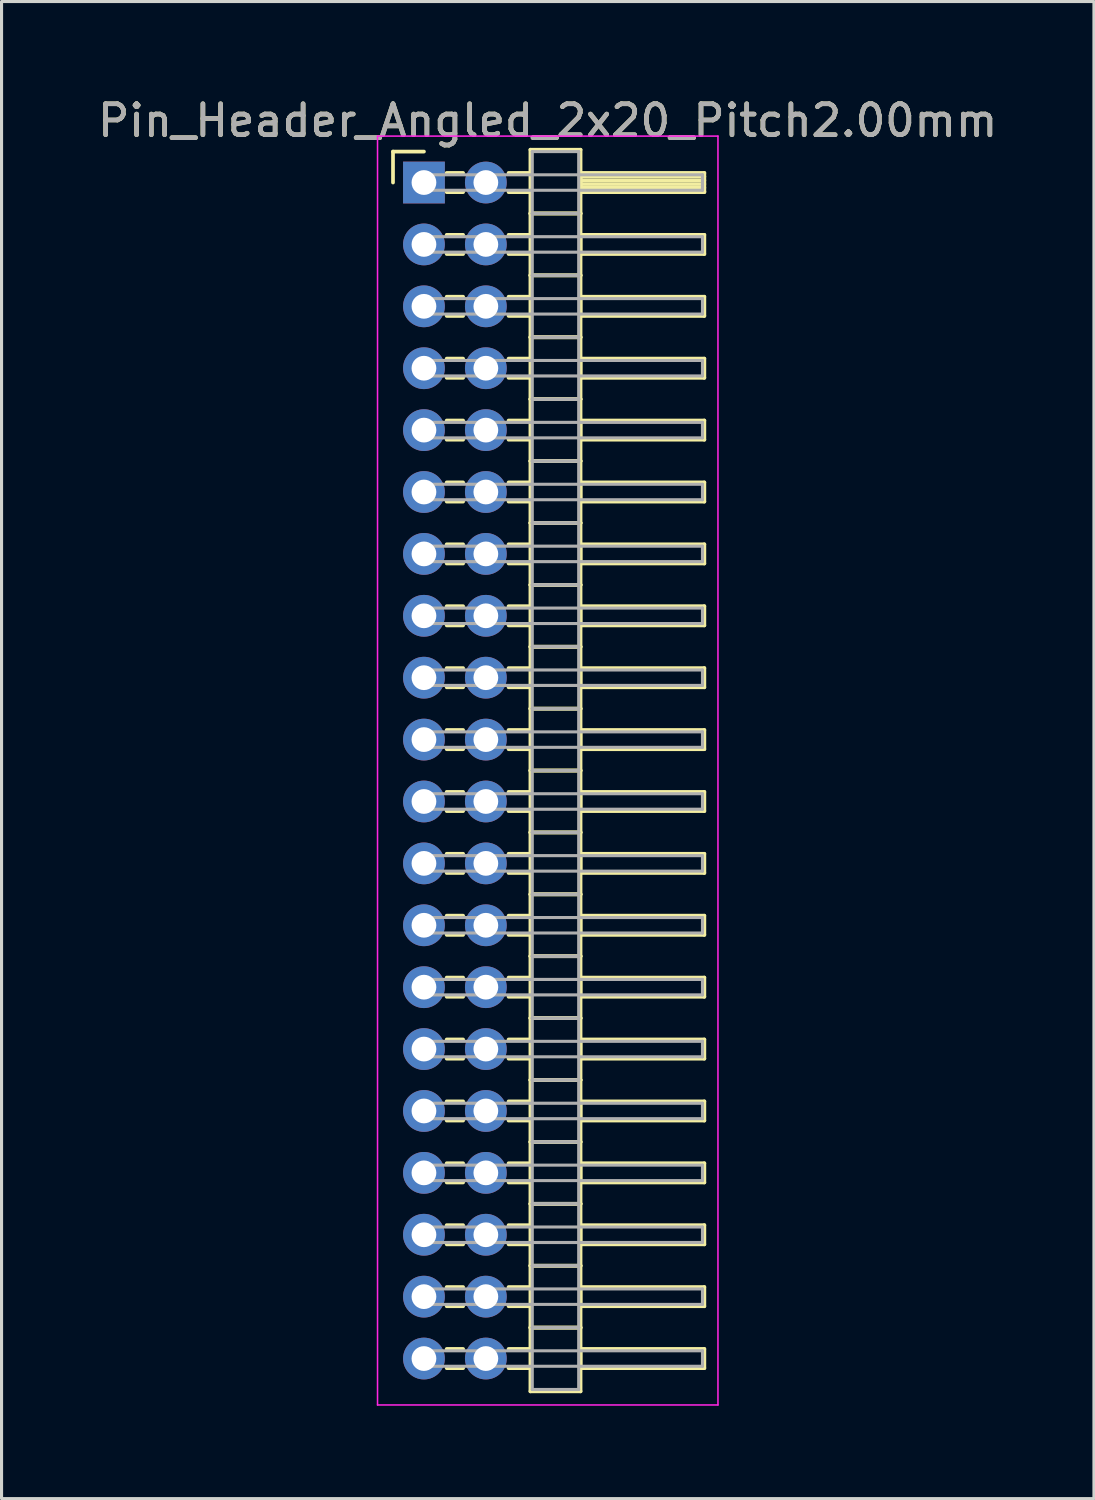
<source format=kicad_pcb>
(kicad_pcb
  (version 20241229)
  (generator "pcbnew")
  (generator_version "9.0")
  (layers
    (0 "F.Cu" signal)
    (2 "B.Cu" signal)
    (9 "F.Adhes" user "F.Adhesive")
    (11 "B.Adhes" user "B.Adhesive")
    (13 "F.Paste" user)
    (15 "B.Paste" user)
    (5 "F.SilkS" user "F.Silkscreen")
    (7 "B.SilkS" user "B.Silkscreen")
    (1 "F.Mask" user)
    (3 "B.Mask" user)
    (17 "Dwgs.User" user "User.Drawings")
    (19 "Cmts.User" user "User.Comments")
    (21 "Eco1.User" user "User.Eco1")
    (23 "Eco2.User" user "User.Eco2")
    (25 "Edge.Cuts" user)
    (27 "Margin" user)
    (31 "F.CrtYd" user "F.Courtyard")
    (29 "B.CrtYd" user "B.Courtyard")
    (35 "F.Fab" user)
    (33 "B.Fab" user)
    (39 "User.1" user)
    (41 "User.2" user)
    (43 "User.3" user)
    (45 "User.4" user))
  (footprint "Pin_Header_Angled_2x20_Pitch2.00mm"
    (layer "F.Cu")
    (at 10.649 2.848)
    (property "Reference" "Pin_Header_Angled_2x20_Pitch2.00mm" (at 4 -2 0) (layer "F.SilkS") (effects (font (size 1 1) (thickness 0.15))))
    (attr through_hole)
    (fp_line (start -1 -1) (end 0 -1) (stroke (width 0.12) (type solid)) (layer "F.SilkS"))
    (fp_line (start -1 0) (end -1 -1) (stroke (width 0.12) (type solid)) (layer "F.SilkS"))
    (fp_line (start 0.735 -0.31) (end 1.265 -0.31) (stroke (width 0.12) (type solid)) (layer "F.SilkS"))
    (fp_line (start 0.735 0.31) (end 1.265 0.31) (stroke (width 0.12) (type solid)) (layer "F.SilkS"))
    (fp_line (start 0.735 1.69) (end 1.265 1.69) (stroke (width 0.12) (type solid)) (layer "F.SilkS"))
    (fp_line (start 0.735 2.31) (end 1.265 2.31) (stroke (width 0.12) (type solid)) (layer "F.SilkS"))
    (fp_line (start 0.735 3.69) (end 1.265 3.69) (stroke (width 0.12) (type solid)) (layer "F.SilkS"))
    (fp_line (start 0.735 4.31) (end 1.265 4.31) (stroke (width 0.12) (type solid)) (layer "F.SilkS"))
    (fp_line (start 0.735 5.69) (end 1.265 5.69) (stroke (width 0.12) (type solid)) (layer "F.SilkS"))
    (fp_line (start 0.735 6.31) (end 1.265 6.31) (stroke (width 0.12) (type solid)) (layer "F.SilkS"))
    (fp_line (start 0.735 7.69) (end 1.265 7.69) (stroke (width 0.12) (type solid)) (layer "F.SilkS"))
    (fp_line (start 0.735 8.31) (end 1.265 8.31) (stroke (width 0.12) (type solid)) (layer "F.SilkS"))
    (fp_line (start 0.735 9.69) (end 1.265 9.69) (stroke (width 0.12) (type solid)) (layer "F.SilkS"))
    (fp_line (start 0.735 10.31) (end 1.265 10.31) (stroke (width 0.12) (type solid)) (layer "F.SilkS"))
    (fp_line (start 0.735 11.69) (end 1.265 11.69) (stroke (width 0.12) (type solid)) (layer "F.SilkS"))
    (fp_line (start 0.735 12.31) (end 1.265 12.31) (stroke (width 0.12) (type solid)) (layer "F.SilkS"))
    (fp_line (start 0.735 13.69) (end 1.265 13.69) (stroke (width 0.12) (type solid)) (layer "F.SilkS"))
    (fp_line (start 0.735 14.31) (end 1.265 14.31) (stroke (width 0.12) (type solid)) (layer "F.SilkS"))
    (fp_line (start 0.735 15.69) (end 1.265 15.69) (stroke (width 0.12) (type solid)) (layer "F.SilkS"))
    (fp_line (start 0.735 16.31) (end 1.265 16.31) (stroke (width 0.12) (type solid)) (layer "F.SilkS"))
    (fp_line (start 0.735 17.69) (end 1.265 17.69) (stroke (width 0.12) (type solid)) (layer "F.SilkS"))
    (fp_line (start 0.735 18.31) (end 1.265 18.31) (stroke (width 0.12) (type solid)) (layer "F.SilkS"))
    (fp_line (start 0.735 19.69) (end 1.265 19.69) (stroke (width 0.12) (type solid)) (layer "F.SilkS"))
    (fp_line (start 0.735 20.31) (end 1.265 20.31) (stroke (width 0.12) (type solid)) (layer "F.SilkS"))
    (fp_line (start 0.735 21.69) (end 1.265 21.69) (stroke (width 0.12) (type solid)) (layer "F.SilkS"))
    (fp_line (start 0.735 22.31) (end 1.265 22.31) (stroke (width 0.12) (type solid)) (layer "F.SilkS"))
    (fp_line (start 0.735 23.69) (end 1.265 23.69) (stroke (width 0.12) (type solid)) (layer "F.SilkS"))
    (fp_line (start 0.735 24.31) (end 1.265 24.31) (stroke (width 0.12) (type solid)) (layer "F.SilkS"))
    (fp_line (start 0.735 25.69) (end 1.265 25.69) (stroke (width 0.12) (type solid)) (layer "F.SilkS"))
    (fp_line (start 0.735 26.31) (end 1.265 26.31) (stroke (width 0.12) (type solid)) (layer "F.SilkS"))
    (fp_line (start 0.735 27.69) (end 1.265 27.69) (stroke (width 0.12) (type solid)) (layer "F.SilkS"))
    (fp_line (start 0.735 28.31) (end 1.265 28.31) (stroke (width 0.12) (type solid)) (layer "F.SilkS"))
    (fp_line (start 0.735 29.69) (end 1.265 29.69) (stroke (width 0.12) (type solid)) (layer "F.SilkS"))
    (fp_line (start 0.735 30.31) (end 1.265 30.31) (stroke (width 0.12) (type solid)) (layer "F.SilkS"))
    (fp_line (start 0.735 31.69) (end 1.265 31.69) (stroke (width 0.12) (type solid)) (layer "F.SilkS"))
    (fp_line (start 0.735 32.31) (end 1.265 32.31) (stroke (width 0.12) (type solid)) (layer "F.SilkS"))
    (fp_line (start 0.735 33.69) (end 1.265 33.69) (stroke (width 0.12) (type solid)) (layer "F.SilkS"))
    (fp_line (start 0.735 34.31) (end 1.265 34.31) (stroke (width 0.12) (type solid)) (layer "F.SilkS"))
    (fp_line (start 0.735 35.69) (end 1.265 35.69) (stroke (width 0.12) (type solid)) (layer "F.SilkS"))
    (fp_line (start 0.735 36.31) (end 1.265 36.31) (stroke (width 0.12) (type solid)) (layer "F.SilkS"))
    (fp_line (start 0.735 37.69) (end 1.265 37.69) (stroke (width 0.12) (type solid)) (layer "F.SilkS"))
    (fp_line (start 0.735 38.31) (end 1.265 38.31) (stroke (width 0.12) (type solid)) (layer "F.SilkS"))
    (fp_line (start 2.735 -0.31) (end 3.44 -0.31) (stroke (width 0.12) (type solid)) (layer "F.SilkS"))
    (fp_line (start 2.735 0.31) (end 3.44 0.31) (stroke (width 0.12) (type solid)) (layer "F.SilkS"))
    (fp_line (start 2.735 1.69) (end 3.44 1.69) (stroke (width 0.12) (type solid)) (layer "F.SilkS"))
    (fp_line (start 2.735 2.31) (end 3.44 2.31) (stroke (width 0.12) (type solid)) (layer "F.SilkS"))
    (fp_line (start 2.735 3.69) (end 3.44 3.69) (stroke (width 0.12) (type solid)) (layer "F.SilkS"))
    (fp_line (start 2.735 4.31) (end 3.44 4.31) (stroke (width 0.12) (type solid)) (layer "F.SilkS"))
    (fp_line (start 2.735 5.69) (end 3.44 5.69) (stroke (width 0.12) (type solid)) (layer "F.SilkS"))
    (fp_line (start 2.735 6.31) (end 3.44 6.31) (stroke (width 0.12) (type solid)) (layer "F.SilkS"))
    (fp_line (start 2.735 7.69) (end 3.44 7.69) (stroke (width 0.12) (type solid)) (layer "F.SilkS"))
    (fp_line (start 2.735 8.31) (end 3.44 8.31) (stroke (width 0.12) (type solid)) (layer "F.SilkS"))
    (fp_line (start 2.735 9.69) (end 3.44 9.69) (stroke (width 0.12) (type solid)) (layer "F.SilkS"))
    (fp_line (start 2.735 10.31) (end 3.44 10.31) (stroke (width 0.12) (type solid)) (layer "F.SilkS"))
    (fp_line (start 2.735 11.69) (end 3.44 11.69) (stroke (width 0.12) (type solid)) (layer "F.SilkS"))
    (fp_line (start 2.735 12.31) (end 3.44 12.31) (stroke (width 0.12) (type solid)) (layer "F.SilkS"))
    (fp_line (start 2.735 13.69) (end 3.44 13.69) (stroke (width 0.12) (type solid)) (layer "F.SilkS"))
    (fp_line (start 2.735 14.31) (end 3.44 14.31) (stroke (width 0.12) (type solid)) (layer "F.SilkS"))
    (fp_line (start 2.735 15.69) (end 3.44 15.69) (stroke (width 0.12) (type solid)) (layer "F.SilkS"))
    (fp_line (start 2.735 16.31) (end 3.44 16.31) (stroke (width 0.12) (type solid)) (layer "F.SilkS"))
    (fp_line (start 2.735 17.69) (end 3.44 17.69) (stroke (width 0.12) (type solid)) (layer "F.SilkS"))
    (fp_line (start 2.735 18.31) (end 3.44 18.31) (stroke (width 0.12) (type solid)) (layer "F.SilkS"))
    (fp_line (start 2.735 19.69) (end 3.44 19.69) (stroke (width 0.12) (type solid)) (layer "F.SilkS"))
    (fp_line (start 2.735 20.31) (end 3.44 20.31) (stroke (width 0.12) (type solid)) (layer "F.SilkS"))
    (fp_line (start 2.735 21.69) (end 3.44 21.69) (stroke (width 0.12) (type solid)) (layer "F.SilkS"))
    (fp_line (start 2.735 22.31) (end 3.44 22.31) (stroke (width 0.12) (type solid)) (layer "F.SilkS"))
    (fp_line (start 2.735 23.69) (end 3.44 23.69) (stroke (width 0.12) (type solid)) (layer "F.SilkS"))
    (fp_line (start 2.735 24.31) (end 3.44 24.31) (stroke (width 0.12) (type solid)) (layer "F.SilkS"))
    (fp_line (start 2.735 25.69) (end 3.44 25.69) (stroke (width 0.12) (type solid)) (layer "F.SilkS"))
    (fp_line (start 2.735 26.31) (end 3.44 26.31) (stroke (width 0.12) (type solid)) (layer "F.SilkS"))
    (fp_line (start 2.735 27.69) (end 3.44 27.69) (stroke (width 0.12) (type solid)) (layer "F.SilkS"))
    (fp_line (start 2.735 28.31) (end 3.44 28.31) (stroke (width 0.12) (type solid)) (layer "F.SilkS"))
    (fp_line (start 2.735 29.69) (end 3.44 29.69) (stroke (width 0.12) (type solid)) (layer "F.SilkS"))
    (fp_line (start 2.735 30.31) (end 3.44 30.31) (stroke (width 0.12) (type solid)) (layer "F.SilkS"))
    (fp_line (start 2.735 31.69) (end 3.44 31.69) (stroke (width 0.12) (type solid)) (layer "F.SilkS"))
    (fp_line (start 2.735 32.31) (end 3.44 32.31) (stroke (width 0.12) (type solid)) (layer "F.SilkS"))
    (fp_line (start 2.735 33.69) (end 3.44 33.69) (stroke (width 0.12) (type solid)) (layer "F.SilkS"))
    (fp_line (start 2.735 34.31) (end 3.44 34.31) (stroke (width 0.12) (type solid)) (layer "F.SilkS"))
    (fp_line (start 2.735 35.69) (end 3.44 35.69) (stroke (width 0.12) (type solid)) (layer "F.SilkS"))
    (fp_line (start 2.735 36.31) (end 3.44 36.31) (stroke (width 0.12) (type solid)) (layer "F.SilkS"))
    (fp_line (start 2.735 37.69) (end 3.44 37.69) (stroke (width 0.12) (type solid)) (layer "F.SilkS"))
    (fp_line (start 2.735 38.31) (end 3.44 38.31) (stroke (width 0.12) (type solid)) (layer "F.SilkS"))
    (fp_line (start 3.44 -1.06) (end 3.44 1) (stroke (width 0.12) (type solid)) (layer "F.SilkS"))
    (fp_line (start 3.44 1) (end 3.44 3) (stroke (width 0.12) (type solid)) (layer "F.SilkS"))
    (fp_line (start 3.44 1) (end 5.06 1) (stroke (width 0.12) (type solid)) (layer "F.SilkS"))
    (fp_line (start 3.44 3) (end 3.44 5) (stroke (width 0.12) (type solid)) (layer "F.SilkS"))
    (fp_line (start 3.44 3) (end 5.06 3) (stroke (width 0.12) (type solid)) (layer "F.SilkS"))
    (fp_line (start 3.44 5) (end 3.44 7) (stroke (width 0.12) (type solid)) (layer "F.SilkS"))
    (fp_line (start 3.44 5) (end 5.06 5) (stroke (width 0.12) (type solid)) (layer "F.SilkS"))
    (fp_line (start 3.44 7) (end 3.44 9) (stroke (width 0.12) (type solid)) (layer "F.SilkS"))
    (fp_line (start 3.44 7) (end 5.06 7) (stroke (width 0.12) (type solid)) (layer "F.SilkS"))
    (fp_line (start 3.44 9) (end 3.44 11) (stroke (width 0.12) (type solid)) (layer "F.SilkS"))
    (fp_line (start 3.44 9) (end 5.06 9) (stroke (width 0.12) (type solid)) (layer "F.SilkS"))
    (fp_line (start 3.44 11) (end 3.44 13) (stroke (width 0.12) (type solid)) (layer "F.SilkS"))
    (fp_line (start 3.44 11) (end 5.06 11) (stroke (width 0.12) (type solid)) (layer "F.SilkS"))
    (fp_line (start 3.44 13) (end 3.44 15) (stroke (width 0.12) (type solid)) (layer "F.SilkS"))
    (fp_line (start 3.44 13) (end 5.06 13) (stroke (width 0.12) (type solid)) (layer "F.SilkS"))
    (fp_line (start 3.44 15) (end 3.44 17) (stroke (width 0.12) (type solid)) (layer "F.SilkS"))
    (fp_line (start 3.44 15) (end 5.06 15) (stroke (width 0.12) (type solid)) (layer "F.SilkS"))
    (fp_line (start 3.44 17) (end 3.44 19) (stroke (width 0.12) (type solid)) (layer "F.SilkS"))
    (fp_line (start 3.44 17) (end 5.06 17) (stroke (width 0.12) (type solid)) (layer "F.SilkS"))
    (fp_line (start 3.44 19) (end 3.44 21) (stroke (width 0.12) (type solid)) (layer "F.SilkS"))
    (fp_line (start 3.44 19) (end 5.06 19) (stroke (width 0.12) (type solid)) (layer "F.SilkS"))
    (fp_line (start 3.44 21) (end 3.44 23) (stroke (width 0.12) (type solid)) (layer "F.SilkS"))
    (fp_line (start 3.44 21) (end 5.06 21) (stroke (width 0.12) (type solid)) (layer "F.SilkS"))
    (fp_line (start 3.44 23) (end 3.44 25) (stroke (width 0.12) (type solid)) (layer "F.SilkS"))
    (fp_line (start 3.44 23) (end 5.06 23) (stroke (width 0.12) (type solid)) (layer "F.SilkS"))
    (fp_line (start 3.44 25) (end 3.44 27) (stroke (width 0.12) (type solid)) (layer "F.SilkS"))
    (fp_line (start 3.44 25) (end 5.06 25) (stroke (width 0.12) (type solid)) (layer "F.SilkS"))
    (fp_line (start 3.44 27) (end 3.44 29) (stroke (width 0.12) (type solid)) (layer "F.SilkS"))
    (fp_line (start 3.44 27) (end 5.06 27) (stroke (width 0.12) (type solid)) (layer "F.SilkS"))
    (fp_line (start 3.44 29) (end 3.44 31) (stroke (width 0.12) (type solid)) (layer "F.SilkS"))
    (fp_line (start 3.44 29) (end 5.06 29) (stroke (width 0.12) (type solid)) (layer "F.SilkS"))
    (fp_line (start 3.44 31) (end 3.44 33) (stroke (width 0.12) (type solid)) (layer "F.SilkS"))
    (fp_line (start 3.44 31) (end 5.06 31) (stroke (width 0.12) (type solid)) (layer "F.SilkS"))
    (fp_line (start 3.44 33) (end 3.44 35) (stroke (width 0.12) (type solid)) (layer "F.SilkS"))
    (fp_line (start 3.44 33) (end 5.06 33) (stroke (width 0.12) (type solid)) (layer "F.SilkS"))
    (fp_line (start 3.44 35) (end 3.44 37) (stroke (width 0.12) (type solid)) (layer "F.SilkS"))
    (fp_line (start 3.44 35) (end 5.06 35) (stroke (width 0.12) (type solid)) (layer "F.SilkS"))
    (fp_line (start 3.44 37) (end 3.44 39.06) (stroke (width 0.12) (type solid)) (layer "F.SilkS"))
    (fp_line (start 3.44 37) (end 5.06 37) (stroke (width 0.12) (type solid)) (layer "F.SilkS"))
    (fp_line (start 3.44 39.06) (end 5.06 39.06) (stroke (width 0.12) (type solid)) (layer "F.SilkS"))
    (fp_line (start 5.06 -1.06) (end 3.44 -1.06) (stroke (width 0.12) (type solid)) (layer "F.SilkS"))
    (fp_line (start 5.06 -0.31) (end 5.06 0.31) (stroke (width 0.12) (type solid)) (layer "F.SilkS"))
    (fp_line (start 5.06 -0.19) (end 9.06 -0.19) (stroke (width 0.12) (type solid)) (layer "F.SilkS"))
    (fp_line (start 5.06 -0.07) (end 9.06 -0.07) (stroke (width 0.12) (type solid)) (layer "F.SilkS"))
    (fp_line (start 5.06 0.05) (end 9.06 0.05) (stroke (width 0.12) (type solid)) (layer "F.SilkS"))
    (fp_line (start 5.06 0.17) (end 9.06 0.17) (stroke (width 0.12) (type solid)) (layer "F.SilkS"))
    (fp_line (start 5.06 0.29) (end 9.06 0.29) (stroke (width 0.12) (type solid)) (layer "F.SilkS"))
    (fp_line (start 5.06 0.31) (end 9.06 0.31) (stroke (width 0.12) (type solid)) (layer "F.SilkS"))
    (fp_line (start 5.06 1) (end 3.44 1) (stroke (width 0.12) (type solid)) (layer "F.SilkS"))
    (fp_line (start 5.06 1) (end 5.06 -1.06) (stroke (width 0.12) (type solid)) (layer "F.SilkS"))
    (fp_line (start 5.06 1.69) (end 5.06 2.31) (stroke (width 0.12) (type solid)) (layer "F.SilkS"))
    (fp_line (start 5.06 2.31) (end 9.06 2.31) (stroke (width 0.12) (type solid)) (layer "F.SilkS"))
    (fp_line (start 5.06 3) (end 3.44 3) (stroke (width 0.12) (type solid)) (layer "F.SilkS"))
    (fp_line (start 5.06 3) (end 5.06 1) (stroke (width 0.12) (type solid)) (layer "F.SilkS"))
    (fp_line (start 5.06 3.69) (end 5.06 4.31) (stroke (width 0.12) (type solid)) (layer "F.SilkS"))
    (fp_line (start 5.06 4.31) (end 9.06 4.31) (stroke (width 0.12) (type solid)) (layer "F.SilkS"))
    (fp_line (start 5.06 5) (end 3.44 5) (stroke (width 0.12) (type solid)) (layer "F.SilkS"))
    (fp_line (start 5.06 5) (end 5.06 3) (stroke (width 0.12) (type solid)) (layer "F.SilkS"))
    (fp_line (start 5.06 5.69) (end 5.06 6.31) (stroke (width 0.12) (type solid)) (layer "F.SilkS"))
    (fp_line (start 5.06 6.31) (end 9.06 6.31) (stroke (width 0.12) (type solid)) (layer "F.SilkS"))
    (fp_line (start 5.06 7) (end 3.44 7) (stroke (width 0.12) (type solid)) (layer "F.SilkS"))
    (fp_line (start 5.06 7) (end 5.06 5) (stroke (width 0.12) (type solid)) (layer "F.SilkS"))
    (fp_line (start 5.06 7.69) (end 5.06 8.31) (stroke (width 0.12) (type solid)) (layer "F.SilkS"))
    (fp_line (start 5.06 8.31) (end 9.06 8.31) (stroke (width 0.12) (type solid)) (layer "F.SilkS"))
    (fp_line (start 5.06 9) (end 3.44 9) (stroke (width 0.12) (type solid)) (layer "F.SilkS"))
    (fp_line (start 5.06 9) (end 5.06 7) (stroke (width 0.12) (type solid)) (layer "F.SilkS"))
    (fp_line (start 5.06 9.69) (end 5.06 10.31) (stroke (width 0.12) (type solid)) (layer "F.SilkS"))
    (fp_line (start 5.06 10.31) (end 9.06 10.31) (stroke (width 0.12) (type solid)) (layer "F.SilkS"))
    (fp_line (start 5.06 11) (end 3.44 11) (stroke (width 0.12) (type solid)) (layer "F.SilkS"))
    (fp_line (start 5.06 11) (end 5.06 9) (stroke (width 0.12) (type solid)) (layer "F.SilkS"))
    (fp_line (start 5.06 11.69) (end 5.06 12.31) (stroke (width 0.12) (type solid)) (layer "F.SilkS"))
    (fp_line (start 5.06 12.31) (end 9.06 12.31) (stroke (width 0.12) (type solid)) (layer "F.SilkS"))
    (fp_line (start 5.06 13) (end 3.44 13) (stroke (width 0.12) (type solid)) (layer "F.SilkS"))
    (fp_line (start 5.06 13) (end 5.06 11) (stroke (width 0.12) (type solid)) (layer "F.SilkS"))
    (fp_line (start 5.06 13.69) (end 5.06 14.31) (stroke (width 0.12) (type solid)) (layer "F.SilkS"))
    (fp_line (start 5.06 14.31) (end 9.06 14.31) (stroke (width 0.12) (type solid)) (layer "F.SilkS"))
    (fp_line (start 5.06 15) (end 3.44 15) (stroke (width 0.12) (type solid)) (layer "F.SilkS"))
    (fp_line (start 5.06 15) (end 5.06 13) (stroke (width 0.12) (type solid)) (layer "F.SilkS"))
    (fp_line (start 5.06 15.69) (end 5.06 16.31) (stroke (width 0.12) (type solid)) (layer "F.SilkS"))
    (fp_line (start 5.06 16.31) (end 9.06 16.31) (stroke (width 0.12) (type solid)) (layer "F.SilkS"))
    (fp_line (start 5.06 17) (end 3.44 17) (stroke (width 0.12) (type solid)) (layer "F.SilkS"))
    (fp_line (start 5.06 17) (end 5.06 15) (stroke (width 0.12) (type solid)) (layer "F.SilkS"))
    (fp_line (start 5.06 17.69) (end 5.06 18.31) (stroke (width 0.12) (type solid)) (layer "F.SilkS"))
    (fp_line (start 5.06 18.31) (end 9.06 18.31) (stroke (width 0.12) (type solid)) (layer "F.SilkS"))
    (fp_line (start 5.06 19) (end 3.44 19) (stroke (width 0.12) (type solid)) (layer "F.SilkS"))
    (fp_line (start 5.06 19) (end 5.06 17) (stroke (width 0.12) (type solid)) (layer "F.SilkS"))
    (fp_line (start 5.06 19.69) (end 5.06 20.31) (stroke (width 0.12) (type solid)) (layer "F.SilkS"))
    (fp_line (start 5.06 20.31) (end 9.06 20.31) (stroke (width 0.12) (type solid)) (layer "F.SilkS"))
    (fp_line (start 5.06 21) (end 3.44 21) (stroke (width 0.12) (type solid)) (layer "F.SilkS"))
    (fp_line (start 5.06 21) (end 5.06 19) (stroke (width 0.12) (type solid)) (layer "F.SilkS"))
    (fp_line (start 5.06 21.69) (end 5.06 22.31) (stroke (width 0.12) (type solid)) (layer "F.SilkS"))
    (fp_line (start 5.06 22.31) (end 9.06 22.31) (stroke (width 0.12) (type solid)) (layer "F.SilkS"))
    (fp_line (start 5.06 23) (end 3.44 23) (stroke (width 0.12) (type solid)) (layer "F.SilkS"))
    (fp_line (start 5.06 23) (end 5.06 21) (stroke (width 0.12) (type solid)) (layer "F.SilkS"))
    (fp_line (start 5.06 23.69) (end 5.06 24.31) (stroke (width 0.12) (type solid)) (layer "F.SilkS"))
    (fp_line (start 5.06 24.31) (end 9.06 24.31) (stroke (width 0.12) (type solid)) (layer "F.SilkS"))
    (fp_line (start 5.06 25) (end 3.44 25) (stroke (width 0.12) (type solid)) (layer "F.SilkS"))
    (fp_line (start 5.06 25) (end 5.06 23) (stroke (width 0.12) (type solid)) (layer "F.SilkS"))
    (fp_line (start 5.06 25.69) (end 5.06 26.31) (stroke (width 0.12) (type solid)) (layer "F.SilkS"))
    (fp_line (start 5.06 26.31) (end 9.06 26.31) (stroke (width 0.12) (type solid)) (layer "F.SilkS"))
    (fp_line (start 5.06 27) (end 3.44 27) (stroke (width 0.12) (type solid)) (layer "F.SilkS"))
    (fp_line (start 5.06 27) (end 5.06 25) (stroke (width 0.12) (type solid)) (layer "F.SilkS"))
    (fp_line (start 5.06 27.69) (end 5.06 28.31) (stroke (width 0.12) (type solid)) (layer "F.SilkS"))
    (fp_line (start 5.06 28.31) (end 9.06 28.31) (stroke (width 0.12) (type solid)) (layer "F.SilkS"))
    (fp_line (start 5.06 29) (end 3.44 29) (stroke (width 0.12) (type solid)) (layer "F.SilkS"))
    (fp_line (start 5.06 29) (end 5.06 27) (stroke (width 0.12) (type solid)) (layer "F.SilkS"))
    (fp_line (start 5.06 29.69) (end 5.06 30.31) (stroke (width 0.12) (type solid)) (layer "F.SilkS"))
    (fp_line (start 5.06 30.31) (end 9.06 30.31) (stroke (width 0.12) (type solid)) (layer "F.SilkS"))
    (fp_line (start 5.06 31) (end 3.44 31) (stroke (width 0.12) (type solid)) (layer "F.SilkS"))
    (fp_line (start 5.06 31) (end 5.06 29) (stroke (width 0.12) (type solid)) (layer "F.SilkS"))
    (fp_line (start 5.06 31.69) (end 5.06 32.31) (stroke (width 0.12) (type solid)) (layer "F.SilkS"))
    (fp_line (start 5.06 32.31) (end 9.06 32.31) (stroke (width 0.12) (type solid)) (layer "F.SilkS"))
    (fp_line (start 5.06 33) (end 3.44 33) (stroke (width 0.12) (type solid)) (layer "F.SilkS"))
    (fp_line (start 5.06 33) (end 5.06 31) (stroke (width 0.12) (type solid)) (layer "F.SilkS"))
    (fp_line (start 5.06 33.69) (end 5.06 34.31) (stroke (width 0.12) (type solid)) (layer "F.SilkS"))
    (fp_line (start 5.06 34.31) (end 9.06 34.31) (stroke (width 0.12) (type solid)) (layer "F.SilkS"))
    (fp_line (start 5.06 35) (end 3.44 35) (stroke (width 0.12) (type solid)) (layer "F.SilkS"))
    (fp_line (start 5.06 35) (end 5.06 33) (stroke (width 0.12) (type solid)) (layer "F.SilkS"))
    (fp_line (start 5.06 35.69) (end 5.06 36.31) (stroke (width 0.12) (type solid)) (layer "F.SilkS"))
    (fp_line (start 5.06 36.31) (end 9.06 36.31) (stroke (width 0.12) (type solid)) (layer "F.SilkS"))
    (fp_line (start 5.06 37) (end 3.44 37) (stroke (width 0.12) (type solid)) (layer "F.SilkS"))
    (fp_line (start 5.06 37) (end 5.06 35) (stroke (width 0.12) (type solid)) (layer "F.SilkS"))
    (fp_line (start 5.06 37.69) (end 5.06 38.31) (stroke (width 0.12) (type solid)) (layer "F.SilkS"))
    (fp_line (start 5.06 38.31) (end 9.06 38.31) (stroke (width 0.12) (type solid)) (layer "F.SilkS"))
    (fp_line (start 5.06 39.06) (end 5.06 37) (stroke (width 0.12) (type solid)) (layer "F.SilkS"))
    (fp_line (start 9.06 -0.31) (end 5.06 -0.31) (stroke (width 0.12) (type solid)) (layer "F.SilkS"))
    (fp_line (start 9.06 0.31) (end 9.06 -0.31) (stroke (width 0.12) (type solid)) (layer "F.SilkS"))
    (fp_line (start 9.06 1.69) (end 5.06 1.69) (stroke (width 0.12) (type solid)) (layer "F.SilkS"))
    (fp_line (start 9.06 2.31) (end 9.06 1.69) (stroke (width 0.12) (type solid)) (layer "F.SilkS"))
    (fp_line (start 9.06 3.69) (end 5.06 3.69) (stroke (width 0.12) (type solid)) (layer "F.SilkS"))
    (fp_line (start 9.06 4.31) (end 9.06 3.69) (stroke (width 0.12) (type solid)) (layer "F.SilkS"))
    (fp_line (start 9.06 5.69) (end 5.06 5.69) (stroke (width 0.12) (type solid)) (layer "F.SilkS"))
    (fp_line (start 9.06 6.31) (end 9.06 5.69) (stroke (width 0.12) (type solid)) (layer "F.SilkS"))
    (fp_line (start 9.06 7.69) (end 5.06 7.69) (stroke (width 0.12) (type solid)) (layer "F.SilkS"))
    (fp_line (start 9.06 8.31) (end 9.06 7.69) (stroke (width 0.12) (type solid)) (layer "F.SilkS"))
    (fp_line (start 9.06 9.69) (end 5.06 9.69) (stroke (width 0.12) (type solid)) (layer "F.SilkS"))
    (fp_line (start 9.06 10.31) (end 9.06 9.69) (stroke (width 0.12) (type solid)) (layer "F.SilkS"))
    (fp_line (start 9.06 11.69) (end 5.06 11.69) (stroke (width 0.12) (type solid)) (layer "F.SilkS"))
    (fp_line (start 9.06 12.31) (end 9.06 11.69) (stroke (width 0.12) (type solid)) (layer "F.SilkS"))
    (fp_line (start 9.06 13.69) (end 5.06 13.69) (stroke (width 0.12) (type solid)) (layer "F.SilkS"))
    (fp_line (start 9.06 14.31) (end 9.06 13.69) (stroke (width 0.12) (type solid)) (layer "F.SilkS"))
    (fp_line (start 9.06 15.69) (end 5.06 15.69) (stroke (width 0.12) (type solid)) (layer "F.SilkS"))
    (fp_line (start 9.06 16.31) (end 9.06 15.69) (stroke (width 0.12) (type solid)) (layer "F.SilkS"))
    (fp_line (start 9.06 17.69) (end 5.06 17.69) (stroke (width 0.12) (type solid)) (layer "F.SilkS"))
    (fp_line (start 9.06 18.31) (end 9.06 17.69) (stroke (width 0.12) (type solid)) (layer "F.SilkS"))
    (fp_line (start 9.06 19.69) (end 5.06 19.69) (stroke (width 0.12) (type solid)) (layer "F.SilkS"))
    (fp_line (start 9.06 20.31) (end 9.06 19.69) (stroke (width 0.12) (type solid)) (layer "F.SilkS"))
    (fp_line (start 9.06 21.69) (end 5.06 21.69) (stroke (width 0.12) (type solid)) (layer "F.SilkS"))
    (fp_line (start 9.06 22.31) (end 9.06 21.69) (stroke (width 0.12) (type solid)) (layer "F.SilkS"))
    (fp_line (start 9.06 23.69) (end 5.06 23.69) (stroke (width 0.12) (type solid)) (layer "F.SilkS"))
    (fp_line (start 9.06 24.31) (end 9.06 23.69) (stroke (width 0.12) (type solid)) (layer "F.SilkS"))
    (fp_line (start 9.06 25.69) (end 5.06 25.69) (stroke (width 0.12) (type solid)) (layer "F.SilkS"))
    (fp_line (start 9.06 26.31) (end 9.06 25.69) (stroke (width 0.12) (type solid)) (layer "F.SilkS"))
    (fp_line (start 9.06 27.69) (end 5.06 27.69) (stroke (width 0.12) (type solid)) (layer "F.SilkS"))
    (fp_line (start 9.06 28.31) (end 9.06 27.69) (stroke (width 0.12) (type solid)) (layer "F.SilkS"))
    (fp_line (start 9.06 29.69) (end 5.06 29.69) (stroke (width 0.12) (type solid)) (layer "F.SilkS"))
    (fp_line (start 9.06 30.31) (end 9.06 29.69) (stroke (width 0.12) (type solid)) (layer "F.SilkS"))
    (fp_line (start 9.06 31.69) (end 5.06 31.69) (stroke (width 0.12) (type solid)) (layer "F.SilkS"))
    (fp_line (start 9.06 32.31) (end 9.06 31.69) (stroke (width 0.12) (type solid)) (layer "F.SilkS"))
    (fp_line (start 9.06 33.69) (end 5.06 33.69) (stroke (width 0.12) (type solid)) (layer "F.SilkS"))
    (fp_line (start 9.06 34.31) (end 9.06 33.69) (stroke (width 0.12) (type solid)) (layer "F.SilkS"))
    (fp_line (start 9.06 35.69) (end 5.06 35.69) (stroke (width 0.12) (type solid)) (layer "F.SilkS"))
    (fp_line (start 9.06 36.31) (end 9.06 35.69) (stroke (width 0.12) (type solid)) (layer "F.SilkS"))
    (fp_line (start 9.06 37.69) (end 5.06 37.69) (stroke (width 0.12) (type solid)) (layer "F.SilkS"))
    (fp_line (start 9.06 38.31) (end 9.06 37.69) (stroke (width 0.12) (type solid)) (layer "F.SilkS"))
    (fp_line (start -1.5 -1.5) (end -1.5 39.5) (stroke (width 0.05) (type solid)) (layer "F.CrtYd"))
    (fp_line (start -1.5 39.5) (end 9.5 39.5) (stroke (width 0.05) (type solid)) (layer "F.CrtYd"))
    (fp_line (start 9.5 -1.5) (end -1.5 -1.5) (stroke (width 0.05) (type solid)) (layer "F.CrtYd"))
    (fp_line (start 9.5 39.5) (end 9.5 -1.5) (stroke (width 0.05) (type solid)) (layer "F.CrtYd"))
    (fp_line (start 0 -0.25) (end 0 0.25) (stroke (width 0.1) (type solid)) (layer "F.Fab"))
    (fp_line (start 0 0.25) (end 9 0.25) (stroke (width 0.1) (type solid)) (layer "F.Fab"))
    (fp_line (start 0 1.75) (end 0 2.25) (stroke (width 0.1) (type solid)) (layer "F.Fab"))
    (fp_line (start 0 2.25) (end 9 2.25) (stroke (width 0.1) (type solid)) (layer "F.Fab"))
    (fp_line (start 0 3.75) (end 0 4.25) (stroke (width 0.1) (type solid)) (layer "F.Fab"))
    (fp_line (start 0 4.25) (end 9 4.25) (stroke (width 0.1) (type solid)) (layer "F.Fab"))
    (fp_line (start 0 5.75) (end 0 6.25) (stroke (width 0.1) (type solid)) (layer "F.Fab"))
    (fp_line (start 0 6.25) (end 9 6.25) (stroke (width 0.1) (type solid)) (layer "F.Fab"))
    (fp_line (start 0 7.75) (end 0 8.25) (stroke (width 0.1) (type solid)) (layer "F.Fab"))
    (fp_line (start 0 8.25) (end 9 8.25) (stroke (width 0.1) (type solid)) (layer "F.Fab"))
    (fp_line (start 0 9.75) (end 0 10.25) (stroke (width 0.1) (type solid)) (layer "F.Fab"))
    (fp_line (start 0 10.25) (end 9 10.25) (stroke (width 0.1) (type solid)) (layer "F.Fab"))
    (fp_line (start 0 11.75) (end 0 12.25) (stroke (width 0.1) (type solid)) (layer "F.Fab"))
    (fp_line (start 0 12.25) (end 9 12.25) (stroke (width 0.1) (type solid)) (layer "F.Fab"))
    (fp_line (start 0 13.75) (end 0 14.25) (stroke (width 0.1) (type solid)) (layer "F.Fab"))
    (fp_line (start 0 14.25) (end 9 14.25) (stroke (width 0.1) (type solid)) (layer "F.Fab"))
    (fp_line (start 0 15.75) (end 0 16.25) (stroke (width 0.1) (type solid)) (layer "F.Fab"))
    (fp_line (start 0 16.25) (end 9 16.25) (stroke (width 0.1) (type solid)) (layer "F.Fab"))
    (fp_line (start 0 17.75) (end 0 18.25) (stroke (width 0.1) (type solid)) (layer "F.Fab"))
    (fp_line (start 0 18.25) (end 9 18.25) (stroke (width 0.1) (type solid)) (layer "F.Fab"))
    (fp_line (start 0 19.75) (end 0 20.25) (stroke (width 0.1) (type solid)) (layer "F.Fab"))
    (fp_line (start 0 20.25) (end 9 20.25) (stroke (width 0.1) (type solid)) (layer "F.Fab"))
    (fp_line (start 0 21.75) (end 0 22.25) (stroke (width 0.1) (type solid)) (layer "F.Fab"))
    (fp_line (start 0 22.25) (end 9 22.25) (stroke (width 0.1) (type solid)) (layer "F.Fab"))
    (fp_line (start 0 23.75) (end 0 24.25) (stroke (width 0.1) (type solid)) (layer "F.Fab"))
    (fp_line (start 0 24.25) (end 9 24.25) (stroke (width 0.1) (type solid)) (layer "F.Fab"))
    (fp_line (start 0 25.75) (end 0 26.25) (stroke (width 0.1) (type solid)) (layer "F.Fab"))
    (fp_line (start 0 26.25) (end 9 26.25) (stroke (width 0.1) (type solid)) (layer "F.Fab"))
    (fp_line (start 0 27.75) (end 0 28.25) (stroke (width 0.1) (type solid)) (layer "F.Fab"))
    (fp_line (start 0 28.25) (end 9 28.25) (stroke (width 0.1) (type solid)) (layer "F.Fab"))
    (fp_line (start 0 29.75) (end 0 30.25) (stroke (width 0.1) (type solid)) (layer "F.Fab"))
    (fp_line (start 0 30.25) (end 9 30.25) (stroke (width 0.1) (type solid)) (layer "F.Fab"))
    (fp_line (start 0 31.75) (end 0 32.25) (stroke (width 0.1) (type solid)) (layer "F.Fab"))
    (fp_line (start 0 32.25) (end 9 32.25) (stroke (width 0.1) (type solid)) (layer "F.Fab"))
    (fp_line (start 0 33.75) (end 0 34.25) (stroke (width 0.1) (type solid)) (layer "F.Fab"))
    (fp_line (start 0 34.25) (end 9 34.25) (stroke (width 0.1) (type solid)) (layer "F.Fab"))
    (fp_line (start 0 35.75) (end 0 36.25) (stroke (width 0.1) (type solid)) (layer "F.Fab"))
    (fp_line (start 0 36.25) (end 9 36.25) (stroke (width 0.1) (type solid)) (layer "F.Fab"))
    (fp_line (start 0 37.75) (end 0 38.25) (stroke (width 0.1) (type solid)) (layer "F.Fab"))
    (fp_line (start 0 38.25) (end 9 38.25) (stroke (width 0.1) (type solid)) (layer "F.Fab"))
    (fp_line (start 3.5 -1) (end 3.5 1) (stroke (width 0.1) (type solid)) (layer "F.Fab"))
    (fp_line (start 3.5 1) (end 3.5 3) (stroke (width 0.1) (type solid)) (layer "F.Fab"))
    (fp_line (start 3.5 1) (end 5 1) (stroke (width 0.1) (type solid)) (layer "F.Fab"))
    (fp_line (start 3.5 3) (end 3.5 5) (stroke (width 0.1) (type solid)) (layer "F.Fab"))
    (fp_line (start 3.5 3) (end 5 3) (stroke (width 0.1) (type solid)) (layer "F.Fab"))
    (fp_line (start 3.5 5) (end 3.5 7) (stroke (width 0.1) (type solid)) (layer "F.Fab"))
    (fp_line (start 3.5 5) (end 5 5) (stroke (width 0.1) (type solid)) (layer "F.Fab"))
    (fp_line (start 3.5 7) (end 3.5 9) (stroke (width 0.1) (type solid)) (layer "F.Fab"))
    (fp_line (start 3.5 7) (end 5 7) (stroke (width 0.1) (type solid)) (layer "F.Fab"))
    (fp_line (start 3.5 9) (end 3.5 11) (stroke (width 0.1) (type solid)) (layer "F.Fab"))
    (fp_line (start 3.5 9) (end 5 9) (stroke (width 0.1) (type solid)) (layer "F.Fab"))
    (fp_line (start 3.5 11) (end 3.5 13) (stroke (width 0.1) (type solid)) (layer "F.Fab"))
    (fp_line (start 3.5 11) (end 5 11) (stroke (width 0.1) (type solid)) (layer "F.Fab"))
    (fp_line (start 3.5 13) (end 3.5 15) (stroke (width 0.1) (type solid)) (layer "F.Fab"))
    (fp_line (start 3.5 13) (end 5 13) (stroke (width 0.1) (type solid)) (layer "F.Fab"))
    (fp_line (start 3.5 15) (end 3.5 17) (stroke (width 0.1) (type solid)) (layer "F.Fab"))
    (fp_line (start 3.5 15) (end 5 15) (stroke (width 0.1) (type solid)) (layer "F.Fab"))
    (fp_line (start 3.5 17) (end 3.5 19) (stroke (width 0.1) (type solid)) (layer "F.Fab"))
    (fp_line (start 3.5 17) (end 5 17) (stroke (width 0.1) (type solid)) (layer "F.Fab"))
    (fp_line (start 3.5 19) (end 3.5 21) (stroke (width 0.1) (type solid)) (layer "F.Fab"))
    (fp_line (start 3.5 19) (end 5 19) (stroke (width 0.1) (type solid)) (layer "F.Fab"))
    (fp_line (start 3.5 21) (end 3.5 23) (stroke (width 0.1) (type solid)) (layer "F.Fab"))
    (fp_line (start 3.5 21) (end 5 21) (stroke (width 0.1) (type solid)) (layer "F.Fab"))
    (fp_line (start 3.5 23) (end 3.5 25) (stroke (width 0.1) (type solid)) (layer "F.Fab"))
    (fp_line (start 3.5 23) (end 5 23) (stroke (width 0.1) (type solid)) (layer "F.Fab"))
    (fp_line (start 3.5 25) (end 3.5 27) (stroke (width 0.1) (type solid)) (layer "F.Fab"))
    (fp_line (start 3.5 25) (end 5 25) (stroke (width 0.1) (type solid)) (layer "F.Fab"))
    (fp_line (start 3.5 27) (end 3.5 29) (stroke (width 0.1) (type solid)) (layer "F.Fab"))
    (fp_line (start 3.5 27) (end 5 27) (stroke (width 0.1) (type solid)) (layer "F.Fab"))
    (fp_line (start 3.5 29) (end 3.5 31) (stroke (width 0.1) (type solid)) (layer "F.Fab"))
    (fp_line (start 3.5 29) (end 5 29) (stroke (width 0.1) (type solid)) (layer "F.Fab"))
    (fp_line (start 3.5 31) (end 3.5 33) (stroke (width 0.1) (type solid)) (layer "F.Fab"))
    (fp_line (start 3.5 31) (end 5 31) (stroke (width 0.1) (type solid)) (layer "F.Fab"))
    (fp_line (start 3.5 33) (end 3.5 35) (stroke (width 0.1) (type solid)) (layer "F.Fab"))
    (fp_line (start 3.5 33) (end 5 33) (stroke (width 0.1) (type solid)) (layer "F.Fab"))
    (fp_line (start 3.5 35) (end 3.5 37) (stroke (width 0.1) (type solid)) (layer "F.Fab"))
    (fp_line (start 3.5 35) (end 5 35) (stroke (width 0.1) (type solid)) (layer "F.Fab"))
    (fp_line (start 3.5 37) (end 3.5 39) (stroke (width 0.1) (type solid)) (layer "F.Fab"))
    (fp_line (start 3.5 37) (end 5 37) (stroke (width 0.1) (type solid)) (layer "F.Fab"))
    (fp_line (start 3.5 39) (end 5 39) (stroke (width 0.1) (type solid)) (layer "F.Fab"))
    (fp_line (start 5 -1) (end 3.5 -1) (stroke (width 0.1) (type solid)) (layer "F.Fab"))
    (fp_line (start 5 1) (end 3.5 1) (stroke (width 0.1) (type solid)) (layer "F.Fab"))
    (fp_line (start 5 1) (end 5 -1) (stroke (width 0.1) (type solid)) (layer "F.Fab"))
    (fp_line (start 5 3) (end 3.5 3) (stroke (width 0.1) (type solid)) (layer "F.Fab"))
    (fp_line (start 5 3) (end 5 1) (stroke (width 0.1) (type solid)) (layer "F.Fab"))
    (fp_line (start 5 5) (end 3.5 5) (stroke (width 0.1) (type solid)) (layer "F.Fab"))
    (fp_line (start 5 5) (end 5 3) (stroke (width 0.1) (type solid)) (layer "F.Fab"))
    (fp_line (start 5 7) (end 3.5 7) (stroke (width 0.1) (type solid)) (layer "F.Fab"))
    (fp_line (start 5 7) (end 5 5) (stroke (width 0.1) (type solid)) (layer "F.Fab"))
    (fp_line (start 5 9) (end 3.5 9) (stroke (width 0.1) (type solid)) (layer "F.Fab"))
    (fp_line (start 5 9) (end 5 7) (stroke (width 0.1) (type solid)) (layer "F.Fab"))
    (fp_line (start 5 11) (end 3.5 11) (stroke (width 0.1) (type solid)) (layer "F.Fab"))
    (fp_line (start 5 11) (end 5 9) (stroke (width 0.1) (type solid)) (layer "F.Fab"))
    (fp_line (start 5 13) (end 3.5 13) (stroke (width 0.1) (type solid)) (layer "F.Fab"))
    (fp_line (start 5 13) (end 5 11) (stroke (width 0.1) (type solid)) (layer "F.Fab"))
    (fp_line (start 5 15) (end 3.5 15) (stroke (width 0.1) (type solid)) (layer "F.Fab"))
    (fp_line (start 5 15) (end 5 13) (stroke (width 0.1) (type solid)) (layer "F.Fab"))
    (fp_line (start 5 17) (end 3.5 17) (stroke (width 0.1) (type solid)) (layer "F.Fab"))
    (fp_line (start 5 17) (end 5 15) (stroke (width 0.1) (type solid)) (layer "F.Fab"))
    (fp_line (start 5 19) (end 3.5 19) (stroke (width 0.1) (type solid)) (layer "F.Fab"))
    (fp_line (start 5 19) (end 5 17) (stroke (width 0.1) (type solid)) (layer "F.Fab"))
    (fp_line (start 5 21) (end 3.5 21) (stroke (width 0.1) (type solid)) (layer "F.Fab"))
    (fp_line (start 5 21) (end 5 19) (stroke (width 0.1) (type solid)) (layer "F.Fab"))
    (fp_line (start 5 23) (end 3.5 23) (stroke (width 0.1) (type solid)) (layer "F.Fab"))
    (fp_line (start 5 23) (end 5 21) (stroke (width 0.1) (type solid)) (layer "F.Fab"))
    (fp_line (start 5 25) (end 3.5 25) (stroke (width 0.1) (type solid)) (layer "F.Fab"))
    (fp_line (start 5 25) (end 5 23) (stroke (width 0.1) (type solid)) (layer "F.Fab"))
    (fp_line (start 5 27) (end 3.5 27) (stroke (width 0.1) (type solid)) (layer "F.Fab"))
    (fp_line (start 5 27) (end 5 25) (stroke (width 0.1) (type solid)) (layer "F.Fab"))
    (fp_line (start 5 29) (end 3.5 29) (stroke (width 0.1) (type solid)) (layer "F.Fab"))
    (fp_line (start 5 29) (end 5 27) (stroke (width 0.1) (type solid)) (layer "F.Fab"))
    (fp_line (start 5 31) (end 3.5 31) (stroke (width 0.1) (type solid)) (layer "F.Fab"))
    (fp_line (start 5 31) (end 5 29) (stroke (width 0.1) (type solid)) (layer "F.Fab"))
    (fp_line (start 5 33) (end 3.5 33) (stroke (width 0.1) (type solid)) (layer "F.Fab"))
    (fp_line (start 5 33) (end 5 31) (stroke (width 0.1) (type solid)) (layer "F.Fab"))
    (fp_line (start 5 35) (end 3.5 35) (stroke (width 0.1) (type solid)) (layer "F.Fab"))
    (fp_line (start 5 35) (end 5 33) (stroke (width 0.1) (type solid)) (layer "F.Fab"))
    (fp_line (start 5 37) (end 3.5 37) (stroke (width 0.1) (type solid)) (layer "F.Fab"))
    (fp_line (start 5 37) (end 5 35) (stroke (width 0.1) (type solid)) (layer "F.Fab"))
    (fp_line (start 5 39) (end 5 37) (stroke (width 0.1) (type solid)) (layer "F.Fab"))
    (fp_line (start 9 -0.25) (end 0 -0.25) (stroke (width 0.1) (type solid)) (layer "F.Fab"))
    (fp_line (start 9 0.25) (end 9 -0.25) (stroke (width 0.1) (type solid)) (layer "F.Fab"))
    (fp_line (start 9 1.75) (end 0 1.75) (stroke (width 0.1) (type solid)) (layer "F.Fab"))
    (fp_line (start 9 2.25) (end 9 1.75) (stroke (width 0.1) (type solid)) (layer "F.Fab"))
    (fp_line (start 9 3.75) (end 0 3.75) (stroke (width 0.1) (type solid)) (layer "F.Fab"))
    (fp_line (start 9 4.25) (end 9 3.75) (stroke (width 0.1) (type solid)) (layer "F.Fab"))
    (fp_line (start 9 5.75) (end 0 5.75) (stroke (width 0.1) (type solid)) (layer "F.Fab"))
    (fp_line (start 9 6.25) (end 9 5.75) (stroke (width 0.1) (type solid)) (layer "F.Fab"))
    (fp_line (start 9 7.75) (end 0 7.75) (stroke (width 0.1) (type solid)) (layer "F.Fab"))
    (fp_line (start 9 8.25) (end 9 7.75) (stroke (width 0.1) (type solid)) (layer "F.Fab"))
    (fp_line (start 9 9.75) (end 0 9.75) (stroke (width 0.1) (type solid)) (layer "F.Fab"))
    (fp_line (start 9 10.25) (end 9 9.75) (stroke (width 0.1) (type solid)) (layer "F.Fab"))
    (fp_line (start 9 11.75) (end 0 11.75) (stroke (width 0.1) (type solid)) (layer "F.Fab"))
    (fp_line (start 9 12.25) (end 9 11.75) (stroke (width 0.1) (type solid)) (layer "F.Fab"))
    (fp_line (start 9 13.75) (end 0 13.75) (stroke (width 0.1) (type solid)) (layer "F.Fab"))
    (fp_line (start 9 14.25) (end 9 13.75) (stroke (width 0.1) (type solid)) (layer "F.Fab"))
    (fp_line (start 9 15.75) (end 0 15.75) (stroke (width 0.1) (type solid)) (layer "F.Fab"))
    (fp_line (start 9 16.25) (end 9 15.75) (stroke (width 0.1) (type solid)) (layer "F.Fab"))
    (fp_line (start 9 17.75) (end 0 17.75) (stroke (width 0.1) (type solid)) (layer "F.Fab"))
    (fp_line (start 9 18.25) (end 9 17.75) (stroke (width 0.1) (type solid)) (layer "F.Fab"))
    (fp_line (start 9 19.75) (end 0 19.75) (stroke (width 0.1) (type solid)) (layer "F.Fab"))
    (fp_line (start 9 20.25) (end 9 19.75) (stroke (width 0.1) (type solid)) (layer "F.Fab"))
    (fp_line (start 9 21.75) (end 0 21.75) (stroke (width 0.1) (type solid)) (layer "F.Fab"))
    (fp_line (start 9 22.25) (end 9 21.75) (stroke (width 0.1) (type solid)) (layer "F.Fab"))
    (fp_line (start 9 23.75) (end 0 23.75) (stroke (width 0.1) (type solid)) (layer "F.Fab"))
    (fp_line (start 9 24.25) (end 9 23.75) (stroke (width 0.1) (type solid)) (layer "F.Fab"))
    (fp_line (start 9 25.75) (end 0 25.75) (stroke (width 0.1) (type solid)) (layer "F.Fab"))
    (fp_line (start 9 26.25) (end 9 25.75) (stroke (width 0.1) (type solid)) (layer "F.Fab"))
    (fp_line (start 9 27.75) (end 0 27.75) (stroke (width 0.1) (type solid)) (layer "F.Fab"))
    (fp_line (start 9 28.25) (end 9 27.75) (stroke (width 0.1) (type solid)) (layer "F.Fab"))
    (fp_line (start 9 29.75) (end 0 29.75) (stroke (width 0.1) (type solid)) (layer "F.Fab"))
    (fp_line (start 9 30.25) (end 9 29.75) (stroke (width 0.1) (type solid)) (layer "F.Fab"))
    (fp_line (start 9 31.75) (end 0 31.75) (stroke (width 0.1) (type solid)) (layer "F.Fab"))
    (fp_line (start 9 32.25) (end 9 31.75) (stroke (width 0.1) (type solid)) (layer "F.Fab"))
    (fp_line (start 9 33.75) (end 0 33.75) (stroke (width 0.1) (type solid)) (layer "F.Fab"))
    (fp_line (start 9 34.25) (end 9 33.75) (stroke (width 0.1) (type solid)) (layer "F.Fab"))
    (fp_line (start 9 35.75) (end 0 35.75) (stroke (width 0.1) (type solid)) (layer "F.Fab"))
    (fp_line (start 9 36.25) (end 9 35.75) (stroke (width 0.1) (type solid)) (layer "F.Fab"))
    (fp_line (start 9 37.75) (end 0 37.75) (stroke (width 0.1) (type solid)) (layer "F.Fab"))
    (fp_line (start 9 38.25) (end 9 37.75) (stroke (width 0.1) (type solid)) (layer "F.Fab"))
    (fp_text user "${REFERENCE}" (at 4 -2 0) (layer "F.Fab") (effects (font (size 1 1) (thickness 0.15))))
    (pad "1" thru_hole rect (at 0 0) (size 1.35 1.35) (drill 0.8) (layers "*.Cu" "*.Mask"))
    (pad "2" thru_hole oval (at 2 0) (size 1.35 1.35) (drill 0.8) (layers "*.Cu" "*.Mask"))
    (pad "3" thru_hole oval (at 0 2) (size 1.35 1.35) (drill 0.8) (layers "*.Cu" "*.Mask"))
    (pad "4" thru_hole oval (at 2 2) (size 1.35 1.35) (drill 0.8) (layers "*.Cu" "*.Mask"))
    (pad "5" thru_hole oval (at 0 4) (size 1.35 1.35) (drill 0.8) (layers "*.Cu" "*.Mask"))
    (pad "6" thru_hole oval (at 2 4) (size 1.35 1.35) (drill 0.8) (layers "*.Cu" "*.Mask"))
    (pad "7" thru_hole oval (at 0 6) (size 1.35 1.35) (drill 0.8) (layers "*.Cu" "*.Mask"))
    (pad "8" thru_hole oval (at 2 6) (size 1.35 1.35) (drill 0.8) (layers "*.Cu" "*.Mask"))
    (pad "9" thru_hole oval (at 0 8) (size 1.35 1.35) (drill 0.8) (layers "*.Cu" "*.Mask"))
    (pad "10" thru_hole oval (at 2 8) (size 1.35 1.35) (drill 0.8) (layers "*.Cu" "*.Mask"))
    (pad "11" thru_hole oval (at 0 10) (size 1.35 1.35) (drill 0.8) (layers "*.Cu" "*.Mask"))
    (pad "12" thru_hole oval (at 2 10) (size 1.35 1.35) (drill 0.8) (layers "*.Cu" "*.Mask"))
    (pad "13" thru_hole oval (at 0 12) (size 1.35 1.35) (drill 0.8) (layers "*.Cu" "*.Mask"))
    (pad "14" thru_hole oval (at 2 12) (size 1.35 1.35) (drill 0.8) (layers "*.Cu" "*.Mask"))
    (pad "15" thru_hole oval (at 0 14) (size 1.35 1.35) (drill 0.8) (layers "*.Cu" "*.Mask"))
    (pad "16" thru_hole oval (at 2 14) (size 1.35 1.35) (drill 0.8) (layers "*.Cu" "*.Mask"))
    (pad "17" thru_hole oval (at 0 16) (size 1.35 1.35) (drill 0.8) (layers "*.Cu" "*.Mask"))
    (pad "18" thru_hole oval (at 2 16) (size 1.35 1.35) (drill 0.8) (layers "*.Cu" "*.Mask"))
    (pad "19" thru_hole oval (at 0 18) (size 1.35 1.35) (drill 0.8) (layers "*.Cu" "*.Mask"))
    (pad "20" thru_hole oval (at 2 18) (size 1.35 1.35) (drill 0.8) (layers "*.Cu" "*.Mask"))
    (pad "21" thru_hole oval (at 0 20) (size 1.35 1.35) (drill 0.8) (layers "*.Cu" "*.Mask"))
    (pad "22" thru_hole oval (at 2 20) (size 1.35 1.35) (drill 0.8) (layers "*.Cu" "*.Mask"))
    (pad "23" thru_hole oval (at 0 22) (size 1.35 1.35) (drill 0.8) (layers "*.Cu" "*.Mask"))
    (pad "24" thru_hole oval (at 2 22) (size 1.35 1.35) (drill 0.8) (layers "*.Cu" "*.Mask"))
    (pad "25" thru_hole oval (at 0 24) (size 1.35 1.35) (drill 0.8) (layers "*.Cu" "*.Mask"))
    (pad "26" thru_hole oval (at 2 24) (size 1.35 1.35) (drill 0.8) (layers "*.Cu" "*.Mask"))
    (pad "27" thru_hole oval (at 0 26) (size 1.35 1.35) (drill 0.8) (layers "*.Cu" "*.Mask"))
    (pad "28" thru_hole oval (at 2 26) (size 1.35 1.35) (drill 0.8) (layers "*.Cu" "*.Mask"))
    (pad "29" thru_hole oval (at 0 28) (size 1.35 1.35) (drill 0.8) (layers "*.Cu" "*.Mask"))
    (pad "30" thru_hole oval (at 2 28) (size 1.35 1.35) (drill 0.8) (layers "*.Cu" "*.Mask"))
    (pad "31" thru_hole oval (at 0 30) (size 1.35 1.35) (drill 0.8) (layers "*.Cu" "*.Mask"))
    (pad "32" thru_hole oval (at 2 30) (size 1.35 1.35) (drill 0.8) (layers "*.Cu" "*.Mask"))
    (pad "33" thru_hole oval (at 0 32) (size 1.35 1.35) (drill 0.8) (layers "*.Cu" "*.Mask"))
    (pad "34" thru_hole oval (at 2 32) (size 1.35 1.35) (drill 0.8) (layers "*.Cu" "*.Mask"))
    (pad "35" thru_hole oval (at 0 34) (size 1.35 1.35) (drill 0.8) (layers "*.Cu" "*.Mask"))
    (pad "36" thru_hole oval (at 2 34) (size 1.35 1.35) (drill 0.8) (layers "*.Cu" "*.Mask"))
    (pad "37" thru_hole oval (at 0 36) (size 1.35 1.35) (drill 0.8) (layers "*.Cu" "*.Mask"))
    (pad "38" thru_hole oval (at 2 36) (size 1.35 1.35) (drill 0.8) (layers "*.Cu" "*.Mask"))
    (pad "39" thru_hole oval (at 0 38) (size 1.35 1.35) (drill 0.8) (layers "*.Cu" "*.Mask"))
    (pad "40" thru_hole oval (at 2 38) (size 1.35 1.35) (drill 0.8) (layers "*.Cu" "*.Mask")))
  (gr_rect
    (start -3 -3)
    (end 32.298 45.373)
    (stroke (width 0.1) (type default))
    (fill no)
    (layer "Edge.Cuts")))
</source>
